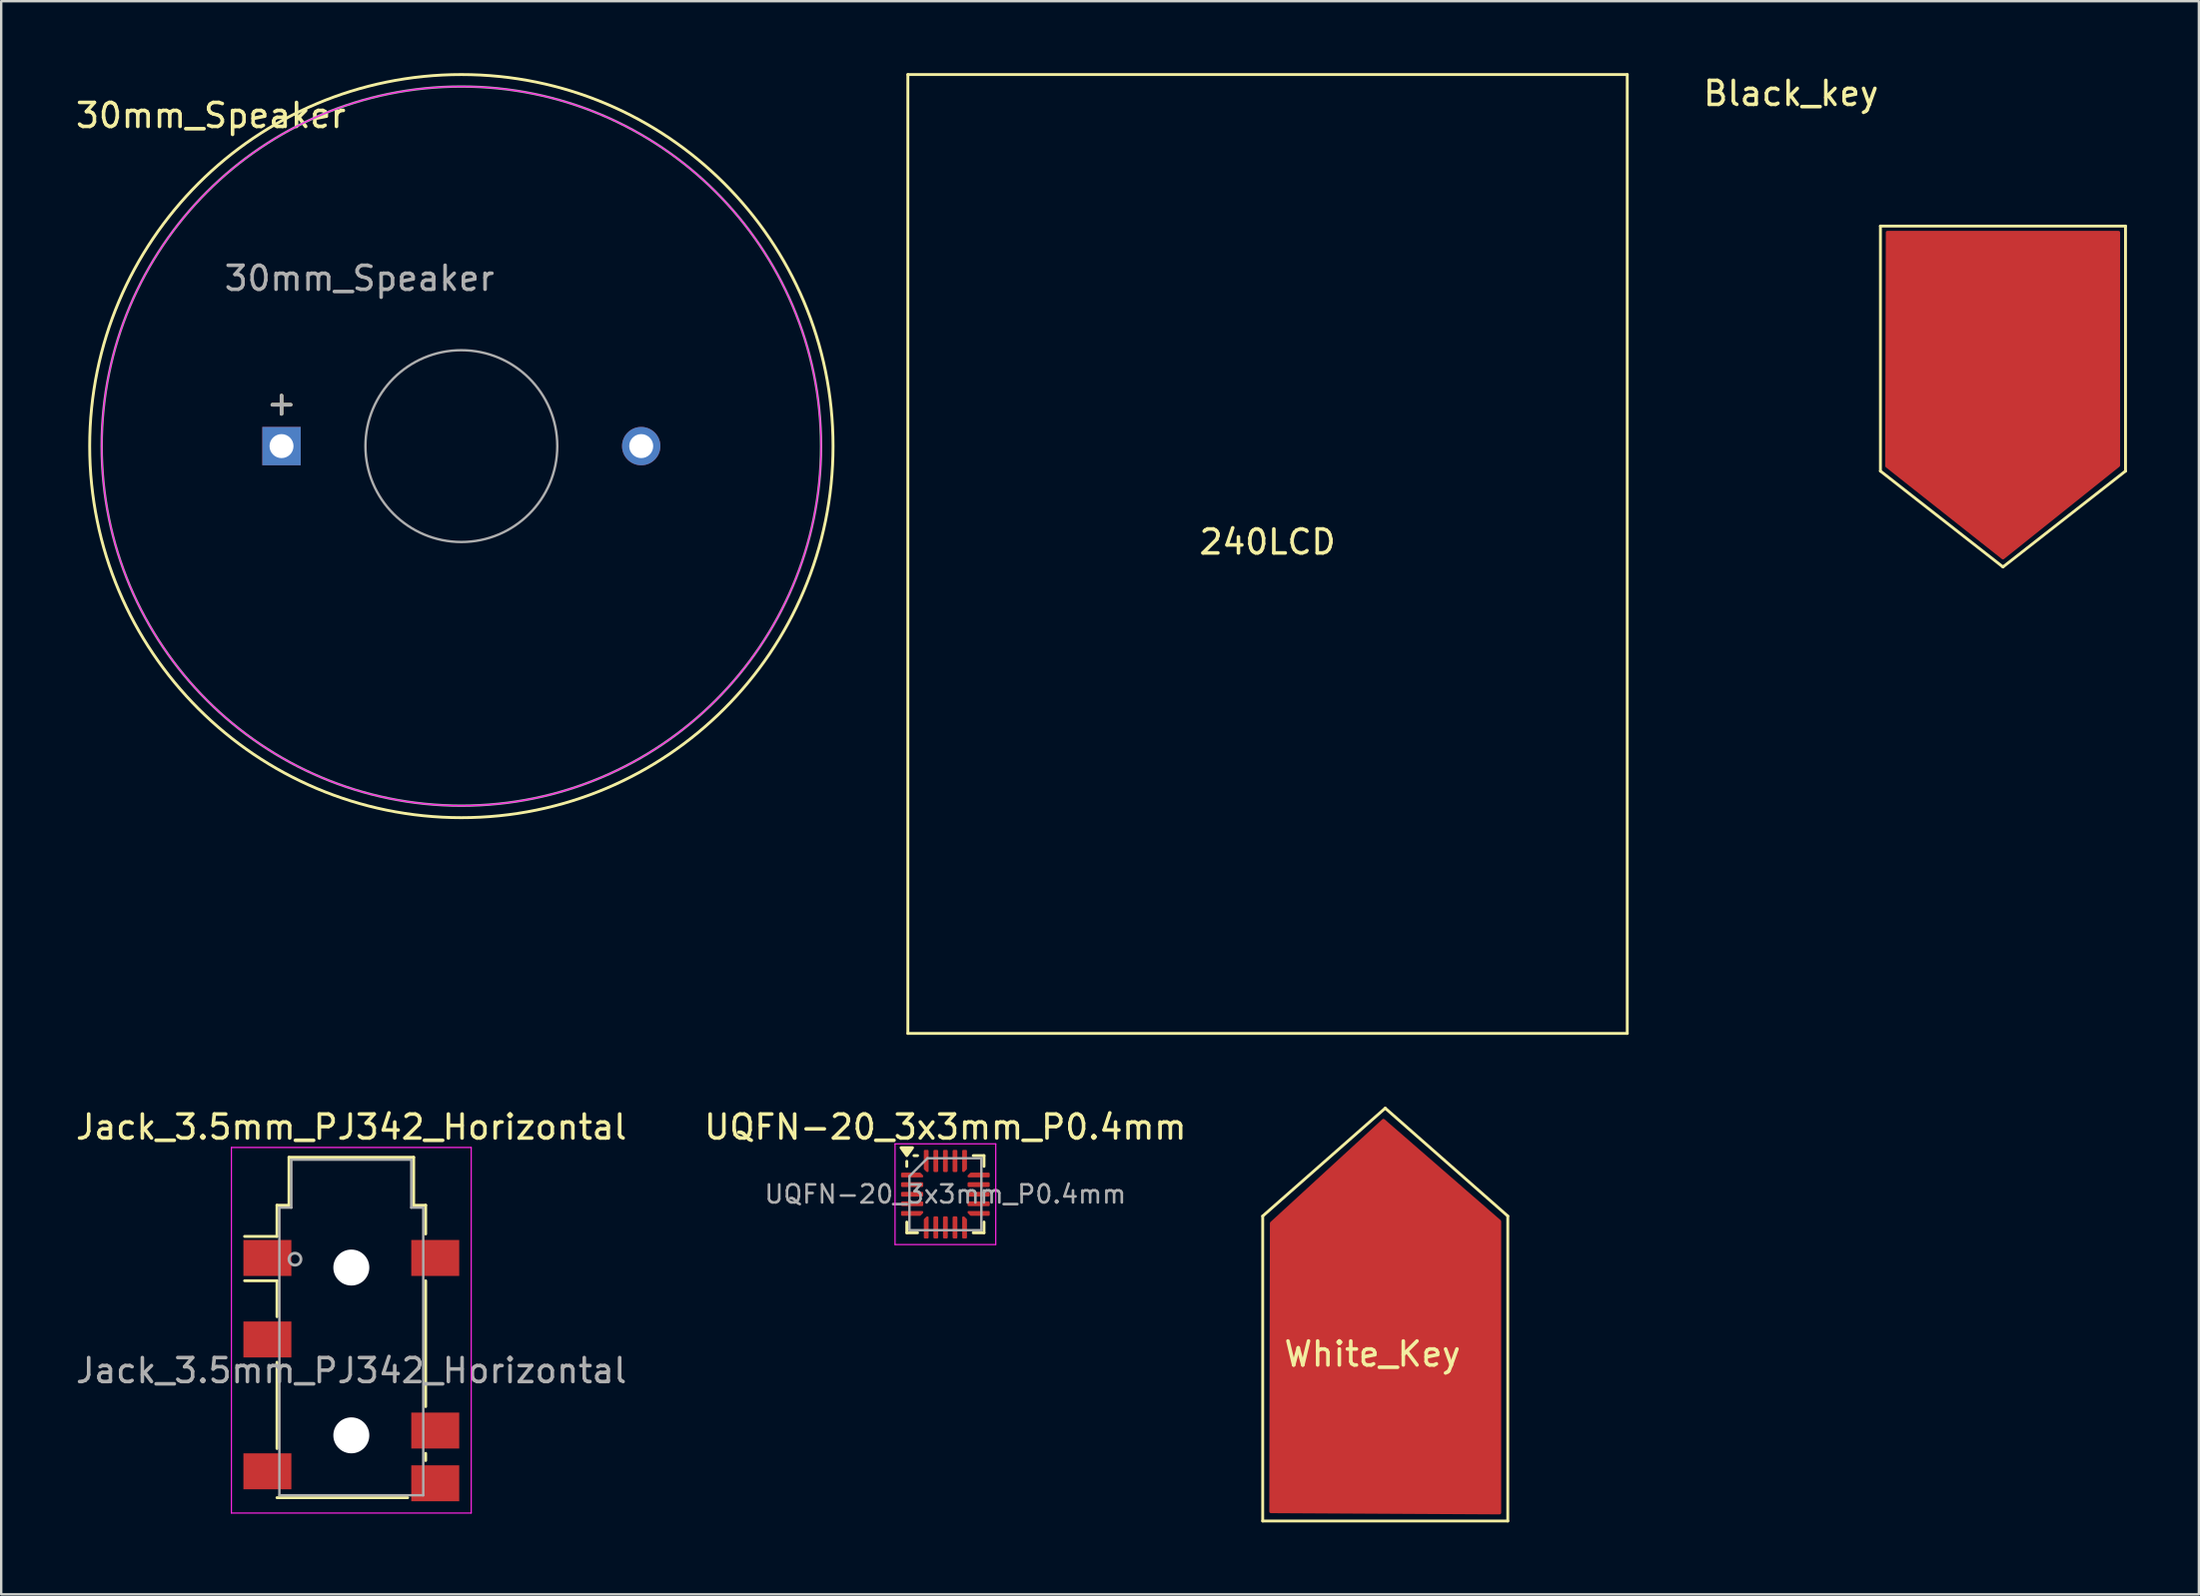
<source format=kicad_pcb>
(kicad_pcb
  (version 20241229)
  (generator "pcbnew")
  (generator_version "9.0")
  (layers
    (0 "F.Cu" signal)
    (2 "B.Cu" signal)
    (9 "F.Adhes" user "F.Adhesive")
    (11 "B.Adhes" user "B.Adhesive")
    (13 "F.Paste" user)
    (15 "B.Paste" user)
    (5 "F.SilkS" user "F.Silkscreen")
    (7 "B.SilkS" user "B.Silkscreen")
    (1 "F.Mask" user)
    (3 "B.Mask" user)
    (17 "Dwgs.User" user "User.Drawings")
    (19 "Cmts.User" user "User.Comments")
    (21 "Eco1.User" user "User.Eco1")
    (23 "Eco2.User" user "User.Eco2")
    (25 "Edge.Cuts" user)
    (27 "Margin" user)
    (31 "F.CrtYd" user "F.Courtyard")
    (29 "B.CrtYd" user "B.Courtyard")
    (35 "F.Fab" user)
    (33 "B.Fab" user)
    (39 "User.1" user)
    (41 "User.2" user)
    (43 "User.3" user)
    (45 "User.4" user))
  (footprint "Jack_3.5mm_PJ342_Horizontal"
    (layer "F.Cu")
    (at 11.601 54.128)
    (property "Reference" "Jack_3.5mm_PJ342_Horizontal" (at 0 -10.16 0) (layer "F.SilkS") (effects (font (size 1 1) (thickness 0.15))))
    (attr smd)
    (fp_line (start -3.1 -6.9) (end -2.6 -6.9) (stroke (width 0.12) (type solid)) (layer "F.SilkS"))
    (fp_line (start -3.1 -5.6) (end -4.45 -5.6) (stroke (width 0.12) (type solid)) (layer "F.SilkS"))
    (fp_line (start -3.1 -5.6) (end -3.1 -6.9) (stroke (width 0.12) (type solid)) (layer "F.SilkS"))
    (fp_line (start -3.1 -3.75) (end -4.45 -3.75) (stroke (width 0.12) (type solid)) (layer "F.SilkS"))
    (fp_line (start -3.1 -2.25) (end -3.1 -3.75) (stroke (width 0.12) (type solid)) (layer "F.SilkS"))
    (fp_line (start -3.1 3.25) (end -3.1 -0.35) (stroke (width 0.12) (type solid)) (layer "F.SilkS"))
    (fp_line (start -2.6 -8.9) (end 2.6 -8.9) (stroke (width 0.12) (type solid)) (layer "F.SilkS"))
    (fp_line (start -2.6 -6.9) (end -2.6 -8.9) (stroke (width 0.12) (type solid)) (layer "F.SilkS"))
    (fp_line (start 2.35 5.3) (end -3.1 5.3) (stroke (width 0.12) (type solid)) (layer "F.SilkS"))
    (fp_line (start 2.6 -8.9) (end 2.6 -6.9) (stroke (width 0.12) (type solid)) (layer "F.SilkS"))
    (fp_line (start 2.6 -6.9) (end 3.1 -6.9) (stroke (width 0.12) (type solid)) (layer "F.SilkS"))
    (fp_line (start 3.1 -6.9) (end 3.1 -5.7) (stroke (width 0.12) (type solid)) (layer "F.SilkS"))
    (fp_line (start 3.1 -3.75) (end 3.1 1.5) (stroke (width 0.12) (type solid)) (layer "F.SilkS"))
    (fp_line (start 3.1 3.45) (end 3.1 3.75) (stroke (width 0.12) (type solid)) (layer "F.SilkS"))
    (fp_line (start -5 -9.31) (end -5 5.94) (stroke (width 0.05) (type solid)) (layer "F.CrtYd"))
    (fp_line (start -5 -9.31) (end 5 -9.31) (stroke (width 0.05) (type solid)) (layer "F.CrtYd"))
    (fp_line (start -5 5.94) (end 5 5.94) (stroke (width 0.05) (type solid)) (layer "F.CrtYd"))
    (fp_line (start 5 5.94) (end 5 -9.31) (stroke (width 0.05) (type solid)) (layer "F.CrtYd"))
    (fp_line (start -3 -6.8) (end -3 5.2) (stroke (width 0.1) (type solid)) (layer "F.Fab"))
    (fp_line (start -3 5.2) (end 3 5.2) (stroke (width 0.1) (type solid)) (layer "F.Fab"))
    (fp_line (start -2.5 -8.8) (end -2.5 -6.8) (stroke (width 0.1) (type solid)) (layer "F.Fab"))
    (fp_line (start -2.5 -6.8) (end -3 -6.8) (stroke (width 0.1) (type solid)) (layer "F.Fab"))
    (fp_line (start 2.5 -8.8) (end -2.5 -8.8) (stroke (width 0.1) (type solid)) (layer "F.Fab"))
    (fp_line (start 2.5 -6.8) (end 2.5 -8.8) (stroke (width 0.1) (type solid)) (layer "F.Fab"))
    (fp_line (start 3 -6.8) (end 2.5 -6.8) (stroke (width 0.1) (type solid)) (layer "F.Fab"))
    (fp_line (start 3 5.2) (end 3 -6.8) (stroke (width 0.1) (type solid)) (layer "F.Fab"))
    (fp_circle (center -2.35 -4.65) (end -2.1 -4.65) (stroke (width 0.12) (type solid)) (fill no) (layer "F.Fab"))
    (fp_text user "${REFERENCE}" (at 0 0 0) (layer "F.Fab") (effects (font (size 1 1) (thickness 0.15))))
    (pad "" np_thru_hole circle (at 0 -4.3) (size 1.5 1.5) (drill 1.5) (layers "*.Cu" "*.Mask"))
    (pad "" np_thru_hole circle (at 0 2.7) (size 1.5 1.5) (drill 1.5) (layers "*.Cu" "*.Mask"))
    (pad "2" smd rect (at -3.5 -4.7) (size 2 1.5) (layers "F.Cu" "F.Mask" "F.Paste"))
    (pad "3" smd rect (at 3.5 -4.7) (size 2 1.5) (layers "F.Cu" "F.Mask" "F.Paste"))
    (pad "4" smd rect (at -3.5 -1.3) (size 2 1.5) (layers "F.Cu" "F.Mask" "F.Paste"))
    (pad "5" smd rect (at 3.5 2.5) (size 2 1.5) (layers "F.Cu" "F.Mask" "F.Paste"))
    (pad "6" smd rect (at -3.5 4.2) (size 2 1.5) (layers "F.Cu" "F.Mask" "F.Paste"))
    (pad "7" smd rect (at 3.5 4.7) (size 2 1.5) (layers "F.Cu" "F.Mask" "F.Paste")))
  (footprint "White_Key"
    (layer "F.Cu")
    (at 54.718 55.29)
    (property "Reference" "White_Key" (at -0.533 -1.854 0) (unlocked yes) (layer "F.SilkS") (effects (font (size 1 1) (thickness 0.15))))
    (attr smd)
    (fp_line (start -5.11 -7.61) (end 0 -12.11) (stroke (width 0.12) (type default)) (layer "F.SilkS"))
    (fp_line (start -5.11 5.11) (end -5.11 -7.61) (stroke (width 0.12) (type default)) (layer "F.SilkS"))
    (fp_line (start 0 -12.11) (end 5.11 -7.61) (stroke (width 0.12) (type default)) (layer "F.SilkS"))
    (fp_line (start 5.11 -7.61) (end 5.11 5.11) (stroke (width 0.12) (type default)) (layer "F.SilkS"))
    (fp_line (start 5.11 5.11) (end -5.11 5.11) (stroke (width 0.12) (type default)) (layer "F.SilkS"))
    (pad "1" smd custom (at 0 0) (size 2.286 1.524) (layers "F.Cu") (options (anchor rect)) (primitives (gr_poly (pts (xy -0.076 -11.608) (xy -4.75 -7.315) (xy -4.775 4.724) (xy 4.775 4.775) (xy 4.775 -7.391)) (width 0.12) (fill yes)))))
  (footprint "30mm_Speaker"
    (layer "F.Cu")
    (at 8.69 15.56)
    (property "Reference" "30mm_Speaker" (at -2.946 -13.792 0) (layer "F.SilkS") (effects (font (size 1 1) (thickness 0.15))))
    (attr through_hole)
    (fp_circle (center 7.5 0) (end 23 0) (stroke (width 0.12) (type solid)) (fill no) (layer "F.SilkS"))
    (fp_circle (center 7.5 0) (end 22.5 0) (stroke (width 0.05) (type solid)) (fill no) (layer "F.CrtYd"))
    (fp_circle (center 7.5 0) (end 11.5 0) (stroke (width 0.1) (type solid)) (fill no) (layer "F.Fab"))
    (fp_circle (center 7.5 0) (end 22.5 0) (stroke (width 0.1) (type solid)) (fill no) (layer "F.Fab"))
    (fp_text user "+" (at 0 -1.8 0) (layer "F.SilkS") (effects (font (size 1 1) (thickness 0.15))))
    (fp_text user "${REFERENCE}" (at 3.25 -7 0) (layer "F.Fab") (effects (font (size 1 1) (thickness 0.15))))
    (fp_text user "+" (at 0 -1.8 0) (layer "F.Fab") (effects (font (size 1 1) (thickness 0.15))))
    (pad "1" thru_hole rect (at 0 0) (size 1.6 1.6) (drill 1) (layers "*.Cu" "*.Mask"))
    (pad "2" thru_hole circle (at 15 0) (size 1.6 1.6) (drill 1) (layers "*.Cu" "*.Mask")))
  (footprint "240LCD"
    (layer "F.Cu")
    (at 49.81 20.06)
    (property "Reference" "240LCD" (at 0 -0.5 0) (unlocked yes) (layer "F.SilkS") (effects (font (size 1 1) (thickness 0.15))))
    (attr smd)
    (fp_line (start -15 -20) (end -15 20) (stroke (width 0.12) (type default)) (layer "F.SilkS"))
    (fp_line (start -15 20) (end 15 20) (stroke (width 0.12) (type default)) (layer "F.SilkS"))
    (fp_line (start 15 -20) (end -15 -20) (stroke (width 0.12) (type default)) (layer "F.SilkS"))
    (fp_line (start 15 20) (end 15 -20) (stroke (width 0.12) (type default)) (layer "F.SilkS")))
  (footprint "Black_key"
    (layer "F.Cu")
    (at 80.478 11.491)
    (property "Reference" "Black_key" (at -8.839 -10.643 0) (unlocked yes) (layer "F.SilkS") (effects (font (size 1 1) (thickness 0.15))))
    (attr smd)
    (fp_line (start -5.11 -5.11) (end 5.11 -5.11) (stroke (width 0.12) (type default)) (layer "F.SilkS"))
    (fp_line (start -5.11 5.11) (end -5.11 -5.11) (stroke (width 0.12) (type default)) (layer "F.SilkS"))
    (fp_line (start 0 9.11) (end -5.11 5.11) (stroke (width 0.12) (type default)) (layer "F.SilkS"))
    (fp_line (start 5.11 -5.11) (end 5.11 5.11) (stroke (width 0.12) (type default)) (layer "F.SilkS"))
    (fp_line (start 5.11 5.11) (end 0 9.11) (stroke (width 0.12) (type default)) (layer "F.SilkS"))
    (pad "1" smd custom (at 0 0) (size 1.524 1.524) (layers "F.Cu") (options (anchor circle)) (primitives (gr_poly (pts (xy -4.826 -4.851) (xy 4.826 -4.851) (xy 4.826 4.877) (xy 0 8.738) (xy -4.851 4.902)) (width 0.12) (fill yes)) (gr_poly (pts (xy -1.143 -0.381) (xy -1.127 -0.49) (xy -1.072 -0.602) (xy -0.983 -0.691) (xy -0.871 -0.746) (xy -0.762 -0.762) (xy 0.762 -0.762) (xy 0.871 -0.746) (xy 0.983 -0.691) (xy 1.072 -0.602) (xy 1.127 -0.49) (xy 1.143 -0.381) (xy 1.143 0.381) (xy 1.127 0.49) (xy 1.072 0.602) (xy 0.983 0.691) (xy 0.871 0.746) (xy 0.762 0.762) (xy -0.762 0.762) (xy -0.871 0.746) (xy -0.983 0.691) (xy -1.072 0.602) (xy -1.127 0.49) (xy -1.143 0.381)) (width 0) (fill yes)))))
  (footprint "UQFN-20_3x3mm_P0.4mm"
    (layer "F.Cu")
    (at 36.375 46.768)
    (property "Reference" "UQFN-20_3x3mm_P0.4mm" (at 0 -2.8 0) (layer "F.SilkS") (effects (font (size 1 1) (thickness 0.15))))
    (attr smd)
    (fp_line (start -1.61 -1.16) (end -1.61 -1.37) (stroke (width 0.12) (type solid)) (layer "F.SilkS"))
    (fp_line (start -1.61 1.61) (end -1.61 1.16) (stroke (width 0.12) (type solid)) (layer "F.SilkS"))
    (fp_line (start -1.16 -1.61) (end -1.31 -1.61) (stroke (width 0.12) (type solid)) (layer "F.SilkS"))
    (fp_line (start -1.16 1.61) (end -1.61 1.61) (stroke (width 0.12) (type solid)) (layer "F.SilkS"))
    (fp_line (start 1.16 -1.61) (end 1.61 -1.61) (stroke (width 0.12) (type solid)) (layer "F.SilkS"))
    (fp_line (start 1.16 1.61) (end 1.61 1.61) (stroke (width 0.12) (type solid)) (layer "F.SilkS"))
    (fp_line (start 1.61 -1.61) (end 1.61 -1.16) (stroke (width 0.12) (type solid)) (layer "F.SilkS"))
    (fp_line (start 1.61 1.61) (end 1.61 1.16) (stroke (width 0.12) (type solid)) (layer "F.SilkS"))
    (fp_poly (pts (xy -1.61 -1.61) (xy -1.85 -1.94) (xy -1.37 -1.94) (xy -1.61 -1.61)) (stroke (width 0.12) (type solid)) (fill yes) (layer "F.SilkS"))
    (fp_line (start -2.1 -2.1) (end -2.1 2.1) (stroke (width 0.05) (type solid)) (layer "F.CrtYd"))
    (fp_line (start -2.1 2.1) (end 2.1 2.1) (stroke (width 0.05) (type solid)) (layer "F.CrtYd"))
    (fp_line (start 2.1 -2.1) (end -2.1 -2.1) (stroke (width 0.05) (type solid)) (layer "F.CrtYd"))
    (fp_line (start 2.1 2.1) (end 2.1 -2.1) (stroke (width 0.05) (type solid)) (layer "F.CrtYd"))
    (fp_line (start -1.5 -0.75) (end -0.75 -1.5) (stroke (width 0.1) (type solid)) (layer "F.Fab"))
    (fp_line (start -1.5 1.5) (end -1.5 -0.75) (stroke (width 0.1) (type solid)) (layer "F.Fab"))
    (fp_line (start -0.75 -1.5) (end 1.5 -1.5) (stroke (width 0.1) (type solid)) (layer "F.Fab"))
    (fp_line (start 1.5 -1.5) (end 1.5 1.5) (stroke (width 0.1) (type solid)) (layer "F.Fab"))
    (fp_line (start 1.5 1.5) (end -1.5 1.5) (stroke (width 0.1) (type solid)) (layer "F.Fab"))
    (fp_text user "${REFERENCE}" (at 0 0 0) (layer "F.Fab") (effects (font (size 0.75 0.75) (thickness 0.11))))
    (pad "1" smd custom (at -1.387 -0.8) (size 0.115 0.115) (layers "F.Cu" "F.Mask" "F.Paste") (options (anchor circle)) (primitives (gr_poly (pts (xy 0.422 0.037) (xy 0.422 0.06) (xy -0.422 0.06) (xy -0.422 -0.06) (xy 0.326 -0.06)) (width 0.08) (fill yes))))
    (pad "2" smd roundrect (at -1.387 -0.4) (size 0.925 0.2) (layers "F.Cu" "F.Mask" "F.Paste") (roundrect_rratio 0.25))
    (pad "3" smd roundrect (at -1.387 0) (size 0.925 0.2) (layers "F.Cu" "F.Mask" "F.Paste") (roundrect_rratio 0.25))
    (pad "4" smd roundrect (at -1.387 0.4) (size 0.925 0.2) (layers "F.Cu" "F.Mask" "F.Paste") (roundrect_rratio 0.25))
    (pad "5" smd custom (at -1.387 0.8) (size 0.115 0.115) (layers "F.Cu" "F.Mask" "F.Paste") (options (anchor circle)) (primitives (gr_poly (pts (xy 0.422 -0.037) (xy 0.326 0.06) (xy -0.422 0.06) (xy -0.422 -0.06) (xy 0.422 -0.06)) (width 0.08) (fill yes))))
    (pad "6" smd custom (at -0.8 1.387) (size 0.115 0.115) (layers "F.Cu" "F.Mask" "F.Paste") (options (anchor circle)) (primitives (gr_poly (pts (xy 0.06 0.422) (xy -0.06 0.422) (xy -0.06 -0.326) (xy 0.037 -0.422) (xy 0.06 -0.422)) (width 0.08) (fill yes))))
    (pad "7" smd roundrect (at -0.4 1.387) (size 0.2 0.925) (layers "F.Cu" "F.Mask" "F.Paste") (roundrect_rratio 0.25))
    (pad "8" smd roundrect (at 0 1.387) (size 0.2 0.925) (layers "F.Cu" "F.Mask" "F.Paste") (roundrect_rratio 0.25))
    (pad "9" smd roundrect (at 0.4 1.387) (size 0.2 0.925) (layers "F.Cu" "F.Mask" "F.Paste") (roundrect_rratio 0.25))
    (pad "10" smd custom (at 0.8 1.387) (size 0.115 0.115) (layers "F.Cu" "F.Mask" "F.Paste") (options (anchor circle)) (primitives (gr_poly (pts (xy 0.06 -0.326) (xy 0.06 0.422) (xy -0.06 0.422) (xy -0.06 -0.422) (xy -0.037 -0.422)) (width 0.08) (fill yes))))
    (pad "11" smd custom (at 1.387 0.8) (size 0.115 0.115) (layers "F.Cu" "F.Mask" "F.Paste") (options (anchor circle)) (primitives (gr_poly (pts (xy 0.422 0.06) (xy -0.326 0.06) (xy -0.422 -0.037) (xy -0.422 -0.06) (xy 0.422 -0.06)) (width 0.08) (fill yes))))
    (pad "12" smd roundrect (at 1.387 0.4) (size 0.925 0.2) (layers "F.Cu" "F.Mask" "F.Paste") (roundrect_rratio 0.25))
    (pad "13" smd roundrect (at 1.387 0) (size 0.925 0.2) (layers "F.Cu" "F.Mask" "F.Paste") (roundrect_rratio 0.25))
    (pad "14" smd roundrect (at 1.387 -0.4) (size 0.925 0.2) (layers "F.Cu" "F.Mask" "F.Paste") (roundrect_rratio 0.25))
    (pad "15" smd custom (at 1.387 -0.8) (size 0.115 0.115) (layers "F.Cu" "F.Mask" "F.Paste") (options (anchor circle)) (primitives (gr_poly (pts (xy 0.422 0.06) (xy -0.422 0.06) (xy -0.422 0.037) (xy -0.326 -0.06) (xy 0.422 -0.06)) (width 0.08) (fill yes))))
    (pad "16" smd custom (at 0.8 -1.387) (size 0.115 0.115) (layers "F.Cu" "F.Mask" "F.Paste") (options (anchor circle)) (primitives (gr_poly (pts (xy 0.06 0.326) (xy -0.037 0.422) (xy -0.06 0.422) (xy -0.06 -0.422) (xy 0.06 -0.422)) (width 0.08) (fill yes))))
    (pad "17" smd roundrect (at 0.4 -1.387) (size 0.2 0.925) (layers "F.Cu" "F.Mask" "F.Paste") (roundrect_rratio 0.25))
    (pad "18" smd roundrect (at 0 -1.387) (size 0.2 0.925) (layers "F.Cu" "F.Mask" "F.Paste") (roundrect_rratio 0.25))
    (pad "19" smd roundrect (at -0.4 -1.387) (size 0.2 0.925) (layers "F.Cu" "F.Mask" "F.Paste") (roundrect_rratio 0.25))
    (pad "20" smd custom (at -0.8 -1.387) (size 0.115 0.115) (layers "F.Cu" "F.Mask" "F.Paste") (options (anchor circle)) (primitives (gr_poly (pts (xy 0.06 0.422) (xy 0.037 0.422) (xy -0.06 0.326) (xy -0.06 -0.422) (xy 0.06 -0.422)) (width 0.08) (fill yes)))))
  (gr_rect
    (start -3 -3)
    (end 88.648 63.46)
    (stroke (width 0.1) (type default))
    (fill no)
    (layer "Edge.Cuts")))
</source>
